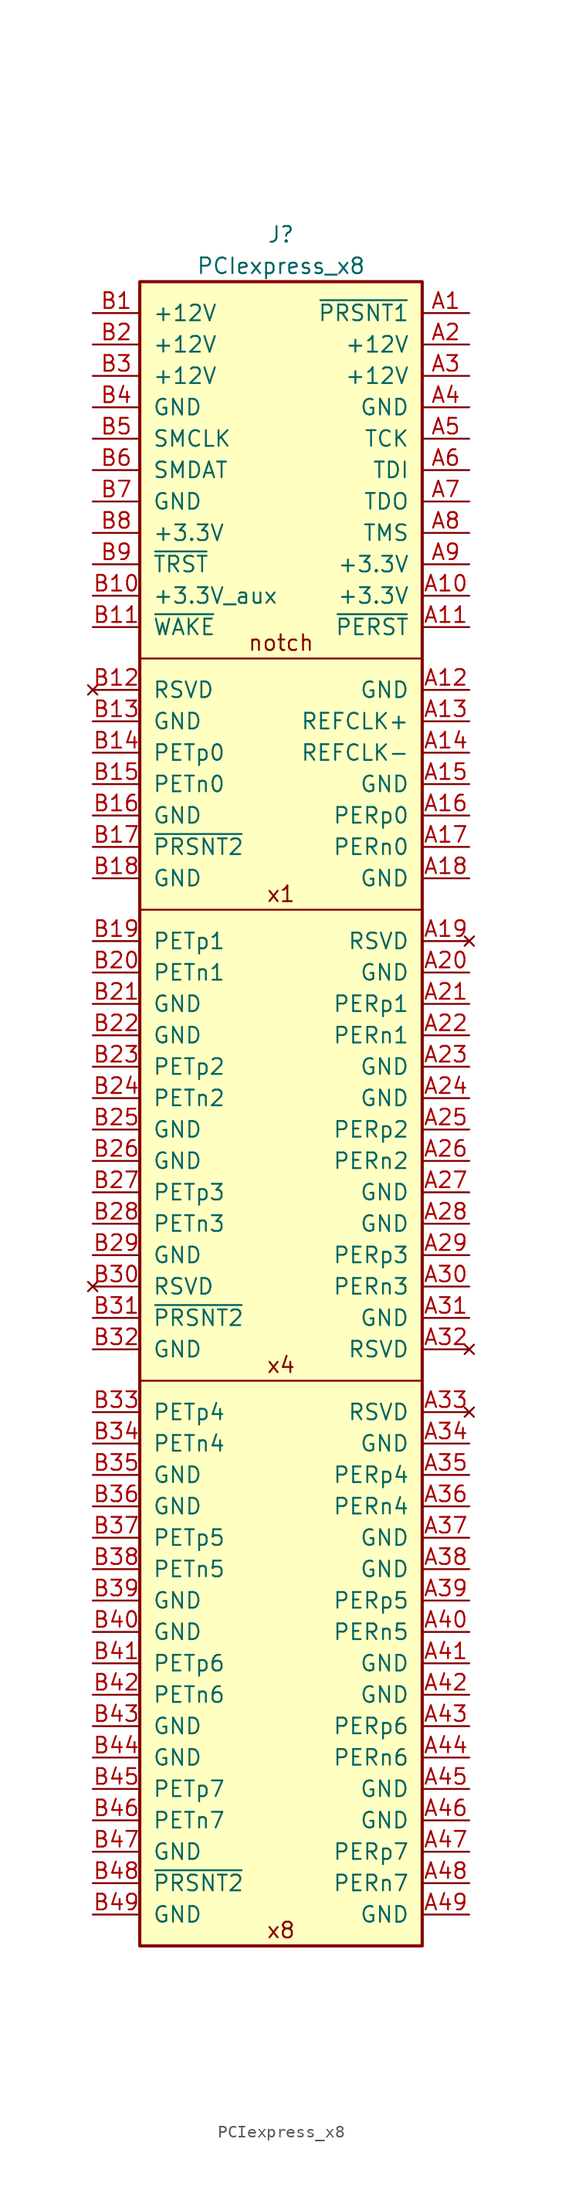
<source format=kicad_sym>
(kicad_symbol_lib
  (version 20241209)
  (generator "kicad_symbol_editor")
  (generator_version "9.0")
  (symbol "PCIexpress_x8"
    (pin_names
      (offset 1.016))
    (property "Reference" "J"
      (at 0 3.81 0)
      (effects (font (size 1.27 1.27))))
    (property "Value" "PCIexpress_x8"
      (at 0 1.27 0)
      (effects (font (size 1.27 1.27))))
    (symbol "PCIexpress_x8_0_0"
      (polyline (pts (xy 11.43 -88.9) (xy -11.43 -88.9)) (stroke (width 0) (type default)) (fill (type none)))
      (text "x4" (at 0 -87.63 0) (effects (font (size 1.27 1.27))))
      (text "x8" (at 0 -133.35 0) (effects (font (size 1.27 1.27)))))
    (symbol "PCIexpress_x8_1_1"
      (rectangle (start 11.43 0) (end -11.43 -134.62) (stroke (width 0.254) (type default)) (fill (type background)))
      (polyline (pts (xy 11.43 -30.48) (xy -11.43 -30.48)) (stroke (width 0) (type default)) (fill (type none)))
      (polyline (pts (xy 11.43 -50.8) (xy -11.43 -50.8)) (stroke (width 0) (type default)) (fill (type none)))
      (text "notch" (at 0 -29.21 0) (effects (font (size 1.27 1.27))))
      (text "x1" (at 0 -49.53 0) (effects (font (size 1.27 1.27))))
      (pin power_out line (at -15.24 -2.54 0) (length 3.81) (name "+12V" (effects (font (size 1.27 1.27)))) (number "B1" (effects (font (size 1.27 1.27)))))
      (pin power_out line (at -15.24 -5.08 0) (length 3.81) (name "+12V" (effects (font (size 1.27 1.27)))) (number "B2" (effects (font (size 1.27 1.27)))))
      (pin power_out line (at -15.24 -7.62 0) (length 3.81) (name "+12V" (effects (font (size 1.27 1.27)))) (number "B3" (effects (font (size 1.27 1.27)))))
      (pin power_out line (at -15.24 -10.16 0) (length 3.81) (name "GND" (effects (font (size 1.27 1.27)))) (number "B4" (effects (font (size 1.27 1.27)))))
      (pin open_collector line (at -15.24 -12.7 0) (length 3.81) (name "SMCLK" (effects (font (size 1.27 1.27)))) (number "B5" (effects (font (size 1.27 1.27)))))
      (pin open_collector line (at -15.24 -15.24 0) (length 3.81) (name "SMDAT" (effects (font (size 1.27 1.27)))) (number "B6" (effects (font (size 1.27 1.27)))))
      (pin power_out line (at -15.24 -17.78 0) (length 3.81) (name "GND" (effects (font (size 1.27 1.27)))) (number "B7" (effects (font (size 1.27 1.27)))))
      (pin power_out line (at -15.24 -20.32 0) (length 3.81) (name "+3.3V" (effects (font (size 1.27 1.27)))) (number "B8" (effects (font (size 1.27 1.27)))))
      (pin output line (at -15.24 -22.86 0) (length 3.81) (name "~{TRST}" (effects (font (size 1.27 1.27)))) (number "B9" (effects (font (size 1.27 1.27)))))
      (pin power_out line (at -15.24 -25.4 0) (length 3.81) (name "+3.3V_aux" (effects (font (size 1.27 1.27)))) (number "B10" (effects (font (size 1.27 1.27)))))
      (pin open_collector line (at -15.24 -27.94 0) (length 3.81) (name "~{WAKE}" (effects (font (size 1.27 1.27)))) (number "B11" (effects (font (size 1.27 1.27)))))
      (pin no_connect line (at -15.24 -33.02 0) (length 3.81) (name "RSVD" (effects (font (size 1.27 1.27)))) (number "B12" (effects (font (size 1.27 1.27)))))
      (pin power_out line (at -15.24 -35.56 0) (length 3.81) (name "GND" (effects (font (size 1.27 1.27)))) (number "B13" (effects (font (size 1.27 1.27)))))
      (pin output line (at -15.24 -38.1 0) (length 3.81) (name "PETp0" (effects (font (size 1.27 1.27)))) (number "B14" (effects (font (size 1.27 1.27)))))
      (pin output line (at -15.24 -40.64 0) (length 3.81) (name "PETn0" (effects (font (size 1.27 1.27)))) (number "B15" (effects (font (size 1.27 1.27)))))
      (pin power_out line (at -15.24 -43.18 0) (length 3.81) (name "GND" (effects (font (size 1.27 1.27)))) (number "B16" (effects (font (size 1.27 1.27)))))
      (pin passive line (at -15.24 -45.72 0) (length 3.81) (name "~{PRSNT2}" (effects (font (size 1.27 1.27)))) (number "B17" (effects (font (size 1.27 1.27)))))
      (pin power_out line (at -15.24 -48.26 0) (length 3.81) (name "GND" (effects (font (size 1.27 1.27)))) (number "B18" (effects (font (size 1.27 1.27)))))
      (pin output line (at -15.24 -53.34 0) (length 3.81) (name "PETp1" (effects (font (size 1.27 1.27)))) (number "B19" (effects (font (size 1.27 1.27)))))
      (pin output line (at -15.24 -55.88 0) (length 3.81) (name "PETn1" (effects (font (size 1.27 1.27)))) (number "B20" (effects (font (size 1.27 1.27)))))
      (pin power_out line (at -15.24 -58.42 0) (length 3.81) (name "GND" (effects (font (size 1.27 1.27)))) (number "B21" (effects (font (size 1.27 1.27)))))
      (pin power_out line (at -15.24 -60.96 0) (length 3.81) (name "GND" (effects (font (size 1.27 1.27)))) (number "B22" (effects (font (size 1.27 1.27)))))
      (pin output line (at -15.24 -63.5 0) (length 3.81) (name "PETp2" (effects (font (size 1.27 1.27)))) (number "B23" (effects (font (size 1.27 1.27)))))
      (pin output line (at -15.24 -66.04 0) (length 3.81) (name "PETn2" (effects (font (size 1.27 1.27)))) (number "B24" (effects (font (size 1.27 1.27)))))
      (pin power_out line (at -15.24 -68.58 0) (length 3.81) (name "GND" (effects (font (size 1.27 1.27)))) (number "B25" (effects (font (size 1.27 1.27)))))
      (pin power_out line (at -15.24 -71.12 0) (length 3.81) (name "GND" (effects (font (size 1.27 1.27)))) (number "B26" (effects (font (size 1.27 1.27)))))
      (pin output line (at -15.24 -73.66 0) (length 3.81) (name "PETp3" (effects (font (size 1.27 1.27)))) (number "B27" (effects (font (size 1.27 1.27)))))
      (pin output line (at -15.24 -76.2 0) (length 3.81) (name "PETn3" (effects (font (size 1.27 1.27)))) (number "B28" (effects (font (size 1.27 1.27)))))
      (pin power_out line (at -15.24 -78.74 0) (length 3.81) (name "GND" (effects (font (size 1.27 1.27)))) (number "B29" (effects (font (size 1.27 1.27)))))
      (pin no_connect line (at -15.24 -81.28 0) (length 3.81) (name "RSVD" (effects (font (size 1.27 1.27)))) (number "B30" (effects (font (size 1.27 1.27)))))
      (pin passive line (at -15.24 -83.82 0) (length 3.81) (name "~{PRSNT2}" (effects (font (size 1.27 1.27)))) (number "B31" (effects (font (size 1.27 1.27)))))
      (pin power_out line (at -15.24 -86.36 0) (length 3.81) (name "GND" (effects (font (size 1.27 1.27)))) (number "B32" (effects (font (size 1.27 1.27)))))
      (pin output line (at -15.24 -91.44 0) (length 3.81) (name "PETp4" (effects (font (size 1.27 1.27)))) (number "B33" (effects (font (size 1.27 1.27)))))
      (pin output line (at -15.24 -93.98 0) (length 3.81) (name "PETn4" (effects (font (size 1.27 1.27)))) (number "B34" (effects (font (size 1.27 1.27)))))
      (pin power_out line (at -15.24 -96.52 0) (length 3.81) (name "GND" (effects (font (size 1.27 1.27)))) (number "B35" (effects (font (size 1.27 1.27)))))
      (pin power_out line (at -15.24 -99.06 0) (length 3.81) (name "GND" (effects (font (size 1.27 1.27)))) (number "B36" (effects (font (size 1.27 1.27)))))
      (pin output line (at -15.24 -101.6 0) (length 3.81) (name "PETp5" (effects (font (size 1.27 1.27)))) (number "B37" (effects (font (size 1.27 1.27)))))
      (pin output line (at -15.24 -104.14 0) (length 3.81) (name "PETn5" (effects (font (size 1.27 1.27)))) (number "B38" (effects (font (size 1.27 1.27)))))
      (pin power_out line (at -15.24 -106.68 0) (length 3.81) (name "GND" (effects (font (size 1.27 1.27)))) (number "B39" (effects (font (size 1.27 1.27)))))
      (pin power_out line (at -15.24 -109.22 0) (length 3.81) (name "GND" (effects (font (size 1.27 1.27)))) (number "B40" (effects (font (size 1.27 1.27)))))
      (pin output line (at -15.24 -111.76 0) (length 3.81) (name "PETp6" (effects (font (size 1.27 1.27)))) (number "B41" (effects (font (size 1.27 1.27)))))
      (pin output line (at -15.24 -114.3 0) (length 3.81) (name "PETn6" (effects (font (size 1.27 1.27)))) (number "B42" (effects (font (size 1.27 1.27)))))
      (pin power_out line (at -15.24 -116.84 0) (length 3.81) (name "GND" (effects (font (size 1.27 1.27)))) (number "B43" (effects (font (size 1.27 1.27)))))
      (pin power_out line (at -15.24 -119.38 0) (length 3.81) (name "GND" (effects (font (size 1.27 1.27)))) (number "B44" (effects (font (size 1.27 1.27)))))
      (pin output line (at -15.24 -121.92 0) (length 3.81) (name "PETp7" (effects (font (size 1.27 1.27)))) (number "B45" (effects (font (size 1.27 1.27)))))
      (pin output line (at -15.24 -124.46 0) (length 3.81) (name "PETn7" (effects (font (size 1.27 1.27)))) (number "B46" (effects (font (size 1.27 1.27)))))
      (pin power_out line (at -15.24 -127 0) (length 3.81) (name "GND" (effects (font (size 1.27 1.27)))) (number "B47" (effects (font (size 1.27 1.27)))))
      (pin passive line (at -15.24 -129.54 0) (length 3.81) (name "~{PRSNT2}" (effects (font (size 1.27 1.27)))) (number "B48" (effects (font (size 1.27 1.27)))))
      (pin power_out line (at -15.24 -132.08 0) (length 3.81) (name "GND" (effects (font (size 1.27 1.27)))) (number "B49" (effects (font (size 1.27 1.27)))))
      (pin passive line (at 15.24 -2.54 180) (length 3.81) (name "~{PRSNT1}" (effects (font (size 1.27 1.27)))) (number "A1" (effects (font (size 1.27 1.27)))))
      (pin power_out line (at 15.24 -5.08 180) (length 3.81) (name "+12V" (effects (font (size 1.27 1.27)))) (number "A2" (effects (font (size 1.27 1.27)))))
      (pin power_out line (at 15.24 -7.62 180) (length 3.81) (name "+12V" (effects (font (size 1.27 1.27)))) (number "A3" (effects (font (size 1.27 1.27)))))
      (pin power_out line (at 15.24 -10.16 180) (length 3.81) (name "GND" (effects (font (size 1.27 1.27)))) (number "A4" (effects (font (size 1.27 1.27)))))
      (pin output line (at 15.24 -12.7 180) (length 3.81) (name "TCK" (effects (font (size 1.27 1.27)))) (number "A5" (effects (font (size 1.27 1.27)))))
      (pin output line (at 15.24 -15.24 180) (length 3.81) (name "TDI" (effects (font (size 1.27 1.27)))) (number "A6" (effects (font (size 1.27 1.27)))))
      (pin input line (at 15.24 -17.78 180) (length 3.81) (name "TDO" (effects (font (size 1.27 1.27)))) (number "A7" (effects (font (size 1.27 1.27)))))
      (pin output line (at 15.24 -20.32 180) (length 3.81) (name "TMS" (effects (font (size 1.27 1.27)))) (number "A8" (effects (font (size 1.27 1.27)))))
      (pin power_out line (at 15.24 -22.86 180) (length 3.81) (name "+3.3V" (effects (font (size 1.27 1.27)))) (number "A9" (effects (font (size 1.27 1.27)))))
      (pin power_out line (at 15.24 -25.4 180) (length 3.81) (name "+3.3V" (effects (font (size 1.27 1.27)))) (number "A10" (effects (font (size 1.27 1.27)))))
      (pin output line (at 15.24 -27.94 180) (length 3.81) (name "~{PERST}" (effects (font (size 1.27 1.27)))) (number "A11" (effects (font (size 1.27 1.27)))))
      (pin power_out line (at 15.24 -33.02 180) (length 3.81) (name "GND" (effects (font (size 1.27 1.27)))) (number "A12" (effects (font (size 1.27 1.27)))))
      (pin output line (at 15.24 -35.56 180) (length 3.81) (name "REFCLK+" (effects (font (size 1.27 1.27)))) (number "A13" (effects (font (size 1.27 1.27)))))
      (pin output line (at 15.24 -38.1 180) (length 3.81) (name "REFCLK-" (effects (font (size 1.27 1.27)))) (number "A14" (effects (font (size 1.27 1.27)))))
      (pin power_out line (at 15.24 -40.64 180) (length 3.81) (name "GND" (effects (font (size 1.27 1.27)))) (number "A15" (effects (font (size 1.27 1.27)))))
      (pin input line (at 15.24 -43.18 180) (length 3.81) (name "PERp0" (effects (font (size 1.27 1.27)))) (number "A16" (effects (font (size 1.27 1.27)))))
      (pin input line (at 15.24 -45.72 180) (length 3.81) (name "PERn0" (effects (font (size 1.27 1.27)))) (number "A17" (effects (font (size 1.27 1.27)))))
      (pin power_out line (at 15.24 -48.26 180) (length 3.81) (name "GND" (effects (font (size 1.27 1.27)))) (number "A18" (effects (font (size 1.27 1.27)))))
      (pin no_connect line (at 15.24 -53.34 180) (length 3.81) (name "RSVD" (effects (font (size 1.27 1.27)))) (number "A19" (effects (font (size 1.27 1.27)))))
      (pin power_out line (at 15.24 -55.88 180) (length 3.81) (name "GND" (effects (font (size 1.27 1.27)))) (number "A20" (effects (font (size 1.27 1.27)))))
      (pin input line (at 15.24 -58.42 180) (length 3.81) (name "PERp1" (effects (font (size 1.27 1.27)))) (number "A21" (effects (font (size 1.27 1.27)))))
      (pin input line (at 15.24 -60.96 180) (length 3.81) (name "PERn1" (effects (font (size 1.27 1.27)))) (number "A22" (effects (font (size 1.27 1.27)))))
      (pin power_out line (at 15.24 -63.5 180) (length 3.81) (name "GND" (effects (font (size 1.27 1.27)))) (number "A23" (effects (font (size 1.27 1.27)))))
      (pin power_out line (at 15.24 -66.04 180) (length 3.81) (name "GND" (effects (font (size 1.27 1.27)))) (number "A24" (effects (font (size 1.27 1.27)))))
      (pin input line (at 15.24 -68.58 180) (length 3.81) (name "PERp2" (effects (font (size 1.27 1.27)))) (number "A25" (effects (font (size 1.27 1.27)))))
      (pin input line (at 15.24 -71.12 180) (length 3.81) (name "PERn2" (effects (font (size 1.27 1.27)))) (number "A26" (effects (font (size 1.27 1.27)))))
      (pin power_out line (at 15.24 -73.66 180) (length 3.81) (name "GND" (effects (font (size 1.27 1.27)))) (number "A27" (effects (font (size 1.27 1.27)))))
      (pin power_out line (at 15.24 -76.2 180) (length 3.81) (name "GND" (effects (font (size 1.27 1.27)))) (number "A28" (effects (font (size 1.27 1.27)))))
      (pin input line (at 15.24 -78.74 180) (length 3.81) (name "PERp3" (effects (font (size 1.27 1.27)))) (number "A29" (effects (font (size 1.27 1.27)))))
      (pin input line (at 15.24 -81.28 180) (length 3.81) (name "PERn3" (effects (font (size 1.27 1.27)))) (number "A30" (effects (font (size 1.27 1.27)))))
      (pin power_out line (at 15.24 -83.82 180) (length 3.81) (name "GND" (effects (font (size 1.27 1.27)))) (number "A31" (effects (font (size 1.27 1.27)))))
      (pin no_connect line (at 15.24 -86.36 180) (length 3.81) (name "RSVD" (effects (font (size 1.27 1.27)))) (number "A32" (effects (font (size 1.27 1.27)))))
      (pin no_connect line (at 15.24 -91.44 180) (length 3.81) (name "RSVD" (effects (font (size 1.27 1.27)))) (number "A33" (effects (font (size 1.27 1.27)))))
      (pin power_out line (at 15.24 -93.98 180) (length 3.81) (name "GND" (effects (font (size 1.27 1.27)))) (number "A34" (effects (font (size 1.27 1.27)))))
      (pin input line (at 15.24 -96.52 180) (length 3.81) (name "PERp4" (effects (font (size 1.27 1.27)))) (number "A35" (effects (font (size 1.27 1.27)))))
      (pin input line (at 15.24 -99.06 180) (length 3.81) (name "PERn4" (effects (font (size 1.27 1.27)))) (number "A36" (effects (font (size 1.27 1.27)))))
      (pin power_out line (at 15.24 -101.6 180) (length 3.81) (name "GND" (effects (font (size 1.27 1.27)))) (number "A37" (effects (font (size 1.27 1.27)))))
      (pin power_out line (at 15.24 -104.14 180) (length 3.81) (name "GND" (effects (font (size 1.27 1.27)))) (number "A38" (effects (font (size 1.27 1.27)))))
      (pin input line (at 15.24 -106.68 180) (length 3.81) (name "PERp5" (effects (font (size 1.27 1.27)))) (number "A39" (effects (font (size 1.27 1.27)))))
      (pin input line (at 15.24 -109.22 180) (length 3.81) (name "PERn5" (effects (font (size 1.27 1.27)))) (number "A40" (effects (font (size 1.27 1.27)))))
      (pin power_out line (at 15.24 -111.76 180) (length 3.81) (name "GND" (effects (font (size 1.27 1.27)))) (number "A41" (effects (font (size 1.27 1.27)))))
      (pin power_out line (at 15.24 -114.3 180) (length 3.81) (name "GND" (effects (font (size 1.27 1.27)))) (number "A42" (effects (font (size 1.27 1.27)))))
      (pin input line (at 15.24 -116.84 180) (length 3.81) (name "PERp6" (effects (font (size 1.27 1.27)))) (number "A43" (effects (font (size 1.27 1.27)))))
      (pin input line (at 15.24 -119.38 180) (length 3.81) (name "PERn6" (effects (font (size 1.27 1.27)))) (number "A44" (effects (font (size 1.27 1.27)))))
      (pin power_out line (at 15.24 -121.92 180) (length 3.81) (name "GND" (effects (font (size 1.27 1.27)))) (number "A45" (effects (font (size 1.27 1.27)))))
      (pin power_out line (at 15.24 -124.46 180) (length 3.81) (name "GND" (effects (font (size 1.27 1.27)))) (number "A46" (effects (font (size 1.27 1.27)))))
      (pin input line (at 15.24 -127 180) (length 3.81) (name "PERp7" (effects (font (size 1.27 1.27)))) (number "A47" (effects (font (size 1.27 1.27)))))
      (pin input line (at 15.24 -129.54 180) (length 3.81) (name "PERn7" (effects (font (size 1.27 1.27)))) (number "A48" (effects (font (size 1.27 1.27)))))
      (pin power_out line (at 15.24 -132.08 180) (length 3.81) (name "GND" (effects (font (size 1.27 1.27)))) (number "A49" (effects (font (size 1.27 1.27))))))))
</source>
